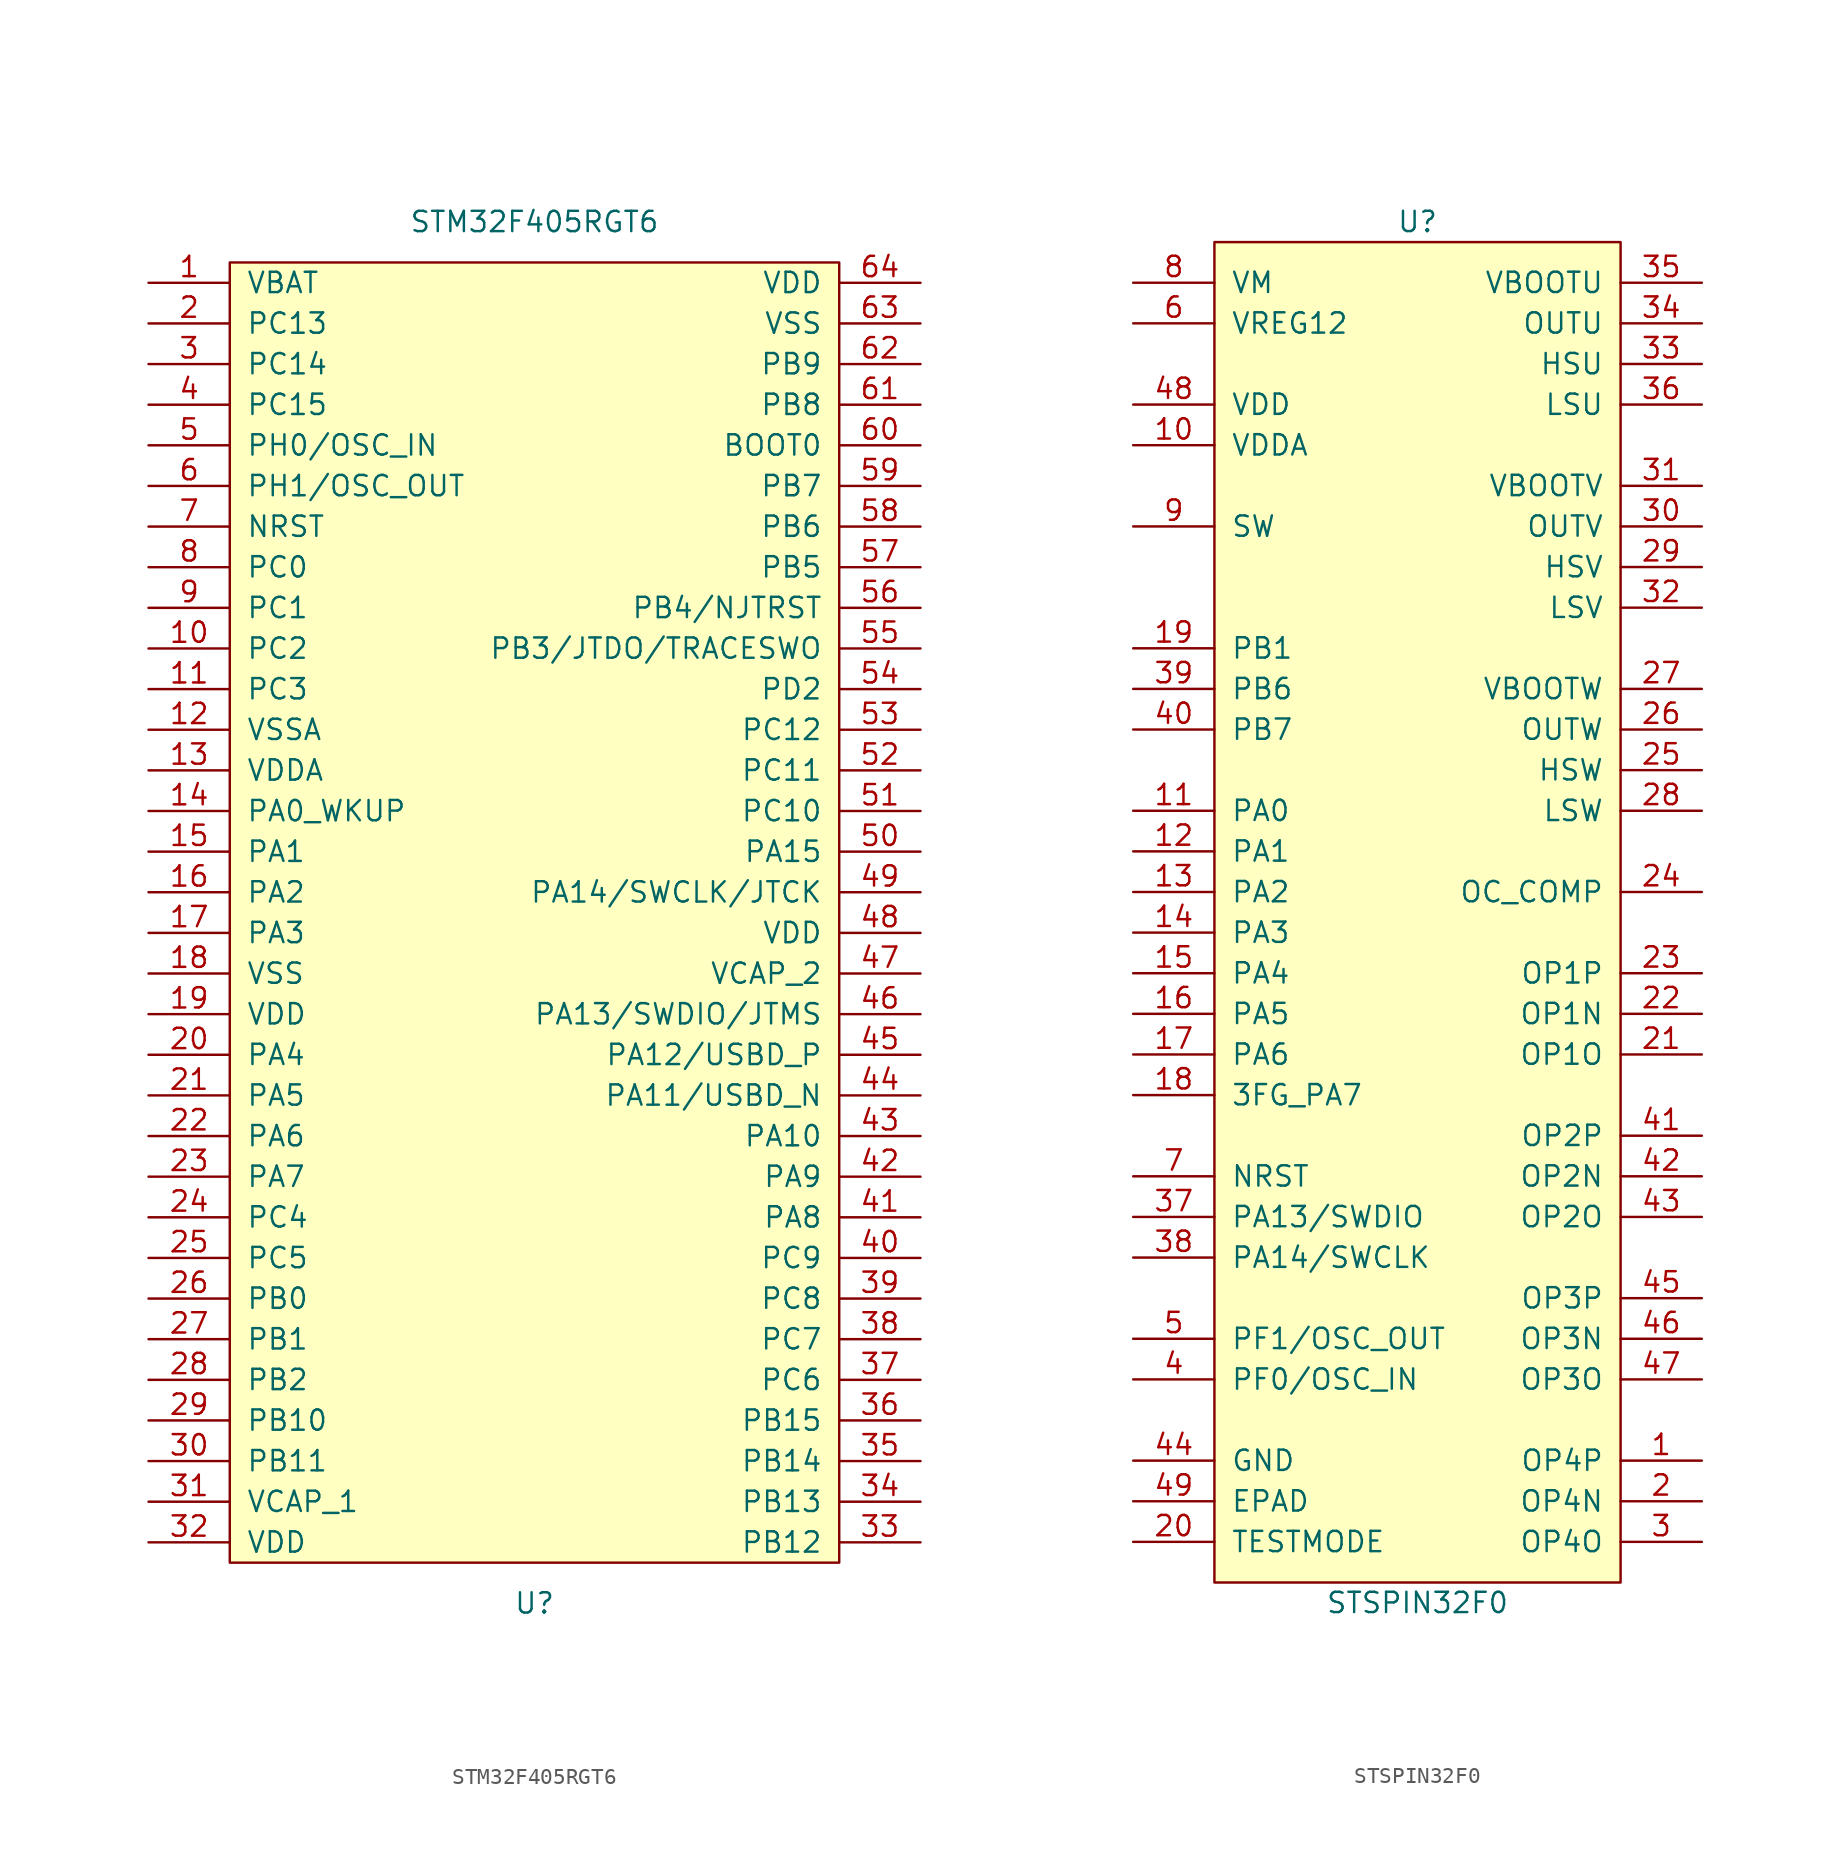
<source format=kicad_sym>
(kicad_symbol_lib
  (version 20211014)
  (generator kicad_symbol_editor)
  (symbol "STM32F405RGT6"
    (pin_names
      (offset 1.016))
    (property "Reference" "U"
      (at 0 -45.72 0)
      (effects (font (size 1.27 1.27))))
    (property "Value" "STM32F405RGT6"
      (at 0 40.64 0)
      (effects (font (size 1.27 1.27))))
    (symbol "STM32F405RGT6_0_1"
      (rectangle (start -19.05 38.1) (end 19.05 -43.18) (stroke (width 0) (type default) (color 0 0 0 0)) (fill (type background))))
    (symbol "STM32F405RGT6_1_1"
      (pin input line (at -24.13 36.83 0) (length 5.08) (name "VBAT" (effects (font (size 1.27 1.27)))) (number "1" (effects (font (size 1.27 1.27)))))
      (pin bidirectional line (at -24.13 13.97 0) (length 5.08) (name "PC2" (effects (font (size 1.27 1.27)))) (number "10" (effects (font (size 1.27 1.27)))))
      (pin bidirectional line (at -24.13 11.43 0) (length 5.08) (name "PC3" (effects (font (size 1.27 1.27)))) (number "11" (effects (font (size 1.27 1.27)))))
      (pin power_in line (at -24.13 8.89 0) (length 5.08) (name "VSSA" (effects (font (size 1.27 1.27)))) (number "12" (effects (font (size 1.27 1.27)))))
      (pin power_in line (at -24.13 6.35 0) (length 5.08) (name "VDDA" (effects (font (size 1.27 1.27)))) (number "13" (effects (font (size 1.27 1.27)))))
      (pin bidirectional line (at -24.13 3.81 0) (length 5.08) (name "PA0_WKUP" (effects (font (size 1.27 1.27)))) (number "14" (effects (font (size 1.27 1.27)))))
      (pin bidirectional line (at -24.13 1.27 0) (length 5.08) (name "PA1" (effects (font (size 1.27 1.27)))) (number "15" (effects (font (size 1.27 1.27)))))
      (pin bidirectional line (at -24.13 -1.27 0) (length 5.08) (name "PA2" (effects (font (size 1.27 1.27)))) (number "16" (effects (font (size 1.27 1.27)))))
      (pin bidirectional line (at -24.13 -3.81 0) (length 5.08) (name "PA3" (effects (font (size 1.27 1.27)))) (number "17" (effects (font (size 1.27 1.27)))))
      (pin power_in line (at -24.13 -6.35 0) (length 5.08) (name "VSS" (effects (font (size 1.27 1.27)))) (number "18" (effects (font (size 1.27 1.27)))))
      (pin power_in line (at -24.13 -8.89 0) (length 5.08) (name "VDD" (effects (font (size 1.27 1.27)))) (number "19" (effects (font (size 1.27 1.27)))))
      (pin bidirectional line (at -24.13 34.29 0) (length 5.08) (name "PC13" (effects (font (size 1.27 1.27)))) (number "2" (effects (font (size 1.27 1.27)))))
      (pin bidirectional line (at -24.13 -11.43 0) (length 5.08) (name "PA4" (effects (font (size 1.27 1.27)))) (number "20" (effects (font (size 1.27 1.27)))))
      (pin bidirectional line (at -24.13 -13.97 0) (length 5.08) (name "PA5" (effects (font (size 1.27 1.27)))) (number "21" (effects (font (size 1.27 1.27)))))
      (pin bidirectional line (at -24.13 -16.51 0) (length 5.08) (name "PA6" (effects (font (size 1.27 1.27)))) (number "22" (effects (font (size 1.27 1.27)))))
      (pin bidirectional line (at -24.13 -19.05 0) (length 5.08) (name "PA7" (effects (font (size 1.27 1.27)))) (number "23" (effects (font (size 1.27 1.27)))))
      (pin bidirectional line (at -24.13 -21.59 0) (length 5.08) (name "PC4" (effects (font (size 1.27 1.27)))) (number "24" (effects (font (size 1.27 1.27)))))
      (pin bidirectional line (at -24.13 -24.13 0) (length 5.08) (name "PC5" (effects (font (size 1.27 1.27)))) (number "25" (effects (font (size 1.27 1.27)))))
      (pin bidirectional line (at -24.13 -26.67 0) (length 5.08) (name "PB0" (effects (font (size 1.27 1.27)))) (number "26" (effects (font (size 1.27 1.27)))))
      (pin bidirectional line (at -24.13 -29.21 0) (length 5.08) (name "PB1" (effects (font (size 1.27 1.27)))) (number "27" (effects (font (size 1.27 1.27)))))
      (pin bidirectional line (at -24.13 -31.75 0) (length 5.08) (name "PB2" (effects (font (size 1.27 1.27)))) (number "28" (effects (font (size 1.27 1.27)))))
      (pin bidirectional line (at -24.13 -34.29 0) (length 5.08) (name "PB10" (effects (font (size 1.27 1.27)))) (number "29" (effects (font (size 1.27 1.27)))))
      (pin bidirectional line (at -24.13 31.75 0) (length 5.08) (name "PC14" (effects (font (size 1.27 1.27)))) (number "3" (effects (font (size 1.27 1.27)))))
      (pin bidirectional line (at -24.13 -36.83 0) (length 5.08) (name "PB11" (effects (font (size 1.27 1.27)))) (number "30" (effects (font (size 1.27 1.27)))))
      (pin input line (at -24.13 -39.37 0) (length 5.08) (name "VCAP_1" (effects (font (size 1.27 1.27)))) (number "31" (effects (font (size 1.27 1.27)))))
      (pin power_in line (at -24.13 -41.91 0) (length 5.08) (name "VDD" (effects (font (size 1.27 1.27)))) (number "32" (effects (font (size 1.27 1.27)))))
      (pin bidirectional line (at 24.13 -41.91 180) (length 5.08) (name "PB12" (effects (font (size 1.27 1.27)))) (number "33" (effects (font (size 1.27 1.27)))))
      (pin bidirectional line (at 24.13 -39.37 180) (length 5.08) (name "PB13" (effects (font (size 1.27 1.27)))) (number "34" (effects (font (size 1.27 1.27)))))
      (pin bidirectional line (at 24.13 -36.83 180) (length 5.08) (name "PB14" (effects (font (size 1.27 1.27)))) (number "35" (effects (font (size 1.27 1.27)))))
      (pin bidirectional line (at 24.13 -34.29 180) (length 5.08) (name "PB15" (effects (font (size 1.27 1.27)))) (number "36" (effects (font (size 1.27 1.27)))))
      (pin bidirectional line (at 24.13 -31.75 180) (length 5.08) (name "PC6" (effects (font (size 1.27 1.27)))) (number "37" (effects (font (size 1.27 1.27)))))
      (pin bidirectional line (at 24.13 -29.21 180) (length 5.08) (name "PC7" (effects (font (size 1.27 1.27)))) (number "38" (effects (font (size 1.27 1.27)))))
      (pin bidirectional line (at 24.13 -26.67 180) (length 5.08) (name "PC8" (effects (font (size 1.27 1.27)))) (number "39" (effects (font (size 1.27 1.27)))))
      (pin bidirectional line (at -24.13 29.21 0) (length 5.08) (name "PC15" (effects (font (size 1.27 1.27)))) (number "4" (effects (font (size 1.27 1.27)))))
      (pin bidirectional line (at 24.13 -24.13 180) (length 5.08) (name "PC9" (effects (font (size 1.27 1.27)))) (number "40" (effects (font (size 1.27 1.27)))))
      (pin bidirectional line (at 24.13 -21.59 180) (length 5.08) (name "PA8" (effects (font (size 1.27 1.27)))) (number "41" (effects (font (size 1.27 1.27)))))
      (pin bidirectional line (at 24.13 -19.05 180) (length 5.08) (name "PA9" (effects (font (size 1.27 1.27)))) (number "42" (effects (font (size 1.27 1.27)))))
      (pin bidirectional line (at 24.13 -16.51 180) (length 5.08) (name "PA10" (effects (font (size 1.27 1.27)))) (number "43" (effects (font (size 1.27 1.27)))))
      (pin bidirectional line (at 24.13 -13.97 180) (length 5.08) (name "PA11/USBD_N" (effects (font (size 1.27 1.27)))) (number "44" (effects (font (size 1.27 1.27)))))
      (pin bidirectional line (at 24.13 -11.43 180) (length 5.08) (name "PA12/USBD_P" (effects (font (size 1.27 1.27)))) (number "45" (effects (font (size 1.27 1.27)))))
      (pin bidirectional line (at 24.13 -8.89 180) (length 5.08) (name "PA13/SWDIO/JTMS" (effects (font (size 1.27 1.27)))) (number "46" (effects (font (size 1.27 1.27)))))
      (pin input line (at 24.13 -6.35 180) (length 5.08) (name "VCAP_2" (effects (font (size 1.27 1.27)))) (number "47" (effects (font (size 1.27 1.27)))))
      (pin power_in line (at 24.13 -3.81 180) (length 5.08) (name "VDD" (effects (font (size 1.27 1.27)))) (number "48" (effects (font (size 1.27 1.27)))))
      (pin input line (at 24.13 -1.27 180) (length 5.08) (name "PA14/SWCLK/JTCK" (effects (font (size 1.27 1.27)))) (number "49" (effects (font (size 1.27 1.27)))))
      (pin input line (at -24.13 26.67 0) (length 5.08) (name "PH0/OSC_IN" (effects (font (size 1.27 1.27)))) (number "5" (effects (font (size 1.27 1.27)))))
      (pin bidirectional line (at 24.13 1.27 180) (length 5.08) (name "PA15" (effects (font (size 1.27 1.27)))) (number "50" (effects (font (size 1.27 1.27)))))
      (pin bidirectional line (at 24.13 3.81 180) (length 5.08) (name "PC10" (effects (font (size 1.27 1.27)))) (number "51" (effects (font (size 1.27 1.27)))))
      (pin bidirectional line (at 24.13 6.35 180) (length 5.08) (name "PC11" (effects (font (size 1.27 1.27)))) (number "52" (effects (font (size 1.27 1.27)))))
      (pin bidirectional line (at 24.13 8.89 180) (length 5.08) (name "PC12" (effects (font (size 1.27 1.27)))) (number "53" (effects (font (size 1.27 1.27)))))
      (pin bidirectional line (at 24.13 11.43 180) (length 5.08) (name "PD2" (effects (font (size 1.27 1.27)))) (number "54" (effects (font (size 1.27 1.27)))))
      (pin bidirectional line (at 24.13 13.97 180) (length 5.08) (name "PB3/JTDO/TRACESWO" (effects (font (size 1.27 1.27)))) (number "55" (effects (font (size 1.27 1.27)))))
      (pin bidirectional line (at 24.13 16.51 180) (length 5.08) (name "PB4/NJTRST" (effects (font (size 1.27 1.27)))) (number "56" (effects (font (size 1.27 1.27)))))
      (pin bidirectional line (at 24.13 19.05 180) (length 5.08) (name "PB5" (effects (font (size 1.27 1.27)))) (number "57" (effects (font (size 1.27 1.27)))))
      (pin bidirectional line (at 24.13 21.59 180) (length 5.08) (name "PB6" (effects (font (size 1.27 1.27)))) (number "58" (effects (font (size 1.27 1.27)))))
      (pin bidirectional line (at 24.13 24.13 180) (length 5.08) (name "PB7" (effects (font (size 1.27 1.27)))) (number "59" (effects (font (size 1.27 1.27)))))
      (pin input line (at -24.13 24.13 0) (length 5.08) (name "PH1/OSC_OUT" (effects (font (size 1.27 1.27)))) (number "6" (effects (font (size 1.27 1.27)))))
      (pin input line (at 24.13 26.67 180) (length 5.08) (name "BOOT0" (effects (font (size 1.27 1.27)))) (number "60" (effects (font (size 1.27 1.27)))))
      (pin bidirectional line (at 24.13 29.21 180) (length 5.08) (name "PB8" (effects (font (size 1.27 1.27)))) (number "61" (effects (font (size 1.27 1.27)))))
      (pin bidirectional line (at 24.13 31.75 180) (length 5.08) (name "PB9" (effects (font (size 1.27 1.27)))) (number "62" (effects (font (size 1.27 1.27)))))
      (pin power_in line (at 24.13 34.29 180) (length 5.08) (name "VSS" (effects (font (size 1.27 1.27)))) (number "63" (effects (font (size 1.27 1.27)))))
      (pin power_in line (at 24.13 36.83 180) (length 5.08) (name "VDD" (effects (font (size 1.27 1.27)))) (number "64" (effects (font (size 1.27 1.27)))))
      (pin input line (at -24.13 21.59 0) (length 5.08) (name "NRST" (effects (font (size 1.27 1.27)))) (number "7" (effects (font (size 1.27 1.27)))))
      (pin bidirectional line (at -24.13 19.05 0) (length 5.08) (name "PC0" (effects (font (size 1.27 1.27)))) (number "8" (effects (font (size 1.27 1.27)))))
      (pin bidirectional line (at -24.13 16.51 0) (length 5.08) (name "PC1" (effects (font (size 1.27 1.27)))) (number "9" (effects (font (size 1.27 1.27)))))))
  (symbol "STSPIN32F0"
    (pin_names
      (offset 1.016))
    (property "Reference" "U"
      (at 12.7 1.27 0)
      (effects (font (size 1.27 1.27))))
    (property "Value" "STSPIN32F0"
      (at 12.7 -85.09 0)
      (effects (font (size 1.27 1.27))))
    (symbol "STSPIN32F0_0_1"
      (rectangle (start 0 0) (end 25.4 -83.82) (stroke (width 0) (type default) (color 0 0 0 0)) (fill (type background))))
    (symbol "STSPIN32F0_1_1"
      (pin input line (at 30.48 -76.2 180) (length 5.08) (name "OP4P" (effects (font (size 1.27 1.27)))) (number "1" (effects (font (size 1.27 1.27)))))
      (pin power_in line (at -5.08 -12.7 0) (length 5.08) (name "VDDA" (effects (font (size 1.27 1.27)))) (number "10" (effects (font (size 1.27 1.27)))))
      (pin bidirectional line (at -5.08 -35.56 0) (length 5.08) (name "PA0" (effects (font (size 1.27 1.27)))) (number "11" (effects (font (size 1.27 1.27)))))
      (pin bidirectional line (at -5.08 -38.1 0) (length 5.08) (name "PA1" (effects (font (size 1.27 1.27)))) (number "12" (effects (font (size 1.27 1.27)))))
      (pin bidirectional line (at -5.08 -40.64 0) (length 5.08) (name "PA2" (effects (font (size 1.27 1.27)))) (number "13" (effects (font (size 1.27 1.27)))))
      (pin bidirectional line (at -5.08 -43.18 0) (length 5.08) (name "PA3" (effects (font (size 1.27 1.27)))) (number "14" (effects (font (size 1.27 1.27)))))
      (pin bidirectional line (at -5.08 -45.72 0) (length 5.08) (name "PA4" (effects (font (size 1.27 1.27)))) (number "15" (effects (font (size 1.27 1.27)))))
      (pin bidirectional line (at -5.08 -48.26 0) (length 5.08) (name "PA5" (effects (font (size 1.27 1.27)))) (number "16" (effects (font (size 1.27 1.27)))))
      (pin bidirectional line (at -5.08 -50.8 0) (length 5.08) (name "PA6" (effects (font (size 1.27 1.27)))) (number "17" (effects (font (size 1.27 1.27)))))
      (pin bidirectional line (at -5.08 -53.34 0) (length 5.08) (name "3FG_PA7" (effects (font (size 1.27 1.27)))) (number "18" (effects (font (size 1.27 1.27)))))
      (pin bidirectional line (at -5.08 -25.4 0) (length 5.08) (name "PB1" (effects (font (size 1.27 1.27)))) (number "19" (effects (font (size 1.27 1.27)))))
      (pin input line (at 30.48 -78.74 180) (length 5.08) (name "OP4N" (effects (font (size 1.27 1.27)))) (number "2" (effects (font (size 1.27 1.27)))))
      (pin input line (at -5.08 -81.28 0) (length 5.08) (name "TESTMODE" (effects (font (size 1.27 1.27)))) (number "20" (effects (font (size 1.27 1.27)))))
      (pin input line (at 30.48 -50.8 180) (length 5.08) (name "OP1O" (effects (font (size 1.27 1.27)))) (number "21" (effects (font (size 1.27 1.27)))))
      (pin input line (at 30.48 -48.26 180) (length 5.08) (name "OP1N" (effects (font (size 1.27 1.27)))) (number "22" (effects (font (size 1.27 1.27)))))
      (pin input line (at 30.48 -45.72 180) (length 5.08) (name "OP1P" (effects (font (size 1.27 1.27)))) (number "23" (effects (font (size 1.27 1.27)))))
      (pin input line (at 30.48 -40.64 180) (length 5.08) (name "OC_COMP" (effects (font (size 1.27 1.27)))) (number "24" (effects (font (size 1.27 1.27)))))
      (pin output line (at 30.48 -33.02 180) (length 5.08) (name "HSW" (effects (font (size 1.27 1.27)))) (number "25" (effects (font (size 1.27 1.27)))))
      (pin passive line (at 30.48 -30.48 180) (length 5.08) (name "OUTW" (effects (font (size 1.27 1.27)))) (number "26" (effects (font (size 1.27 1.27)))))
      (pin passive line (at 30.48 -27.94 180) (length 5.08) (name "VBOOTW" (effects (font (size 1.27 1.27)))) (number "27" (effects (font (size 1.27 1.27)))))
      (pin output line (at 30.48 -35.56 180) (length 5.08) (name "LSW" (effects (font (size 1.27 1.27)))) (number "28" (effects (font (size 1.27 1.27)))))
      (pin output line (at 30.48 -20.32 180) (length 5.08) (name "HSV" (effects (font (size 1.27 1.27)))) (number "29" (effects (font (size 1.27 1.27)))))
      (pin output line (at 30.48 -81.28 180) (length 5.08) (name "OP4O" (effects (font (size 1.27 1.27)))) (number "3" (effects (font (size 1.27 1.27)))))
      (pin passive line (at 30.48 -17.78 180) (length 5.08) (name "OUTV" (effects (font (size 1.27 1.27)))) (number "30" (effects (font (size 1.27 1.27)))))
      (pin passive line (at 30.48 -15.24 180) (length 5.08) (name "VBOOTV" (effects (font (size 1.27 1.27)))) (number "31" (effects (font (size 1.27 1.27)))))
      (pin output line (at 30.48 -22.86 180) (length 5.08) (name "LSV" (effects (font (size 1.27 1.27)))) (number "32" (effects (font (size 1.27 1.27)))))
      (pin output line (at 30.48 -7.62 180) (length 5.08) (name "HSU" (effects (font (size 1.27 1.27)))) (number "33" (effects (font (size 1.27 1.27)))))
      (pin passive line (at 30.48 -5.08 180) (length 5.08) (name "OUTU" (effects (font (size 1.27 1.27)))) (number "34" (effects (font (size 1.27 1.27)))))
      (pin passive line (at 30.48 -2.54 180) (length 5.08) (name "VBOOTU" (effects (font (size 1.27 1.27)))) (number "35" (effects (font (size 1.27 1.27)))))
      (pin output line (at 30.48 -10.16 180) (length 5.08) (name "LSU" (effects (font (size 1.27 1.27)))) (number "36" (effects (font (size 1.27 1.27)))))
      (pin bidirectional line (at -5.08 -60.96 0) (length 5.08) (name "PA13/SWDIO" (effects (font (size 1.27 1.27)))) (number "37" (effects (font (size 1.27 1.27)))))
      (pin bidirectional line (at -5.08 -63.5 0) (length 5.08) (name "PA14/SWCLK" (effects (font (size 1.27 1.27)))) (number "38" (effects (font (size 1.27 1.27)))))
      (pin bidirectional line (at -5.08 -27.94 0) (length 5.08) (name "PB6" (effects (font (size 1.27 1.27)))) (number "39" (effects (font (size 1.27 1.27)))))
      (pin input line (at -5.08 -71.12 0) (length 5.08) (name "PF0/OSC_IN" (effects (font (size 1.27 1.27)))) (number "4" (effects (font (size 1.27 1.27)))))
      (pin bidirectional line (at -5.08 -30.48 0) (length 5.08) (name "PB7" (effects (font (size 1.27 1.27)))) (number "40" (effects (font (size 1.27 1.27)))))
      (pin input line (at 30.48 -55.88 180) (length 5.08) (name "OP2P" (effects (font (size 1.27 1.27)))) (number "41" (effects (font (size 1.27 1.27)))))
      (pin input line (at 30.48 -58.42 180) (length 5.08) (name "OP2N" (effects (font (size 1.27 1.27)))) (number "42" (effects (font (size 1.27 1.27)))))
      (pin output line (at 30.48 -60.96 180) (length 5.08) (name "OP2O" (effects (font (size 1.27 1.27)))) (number "43" (effects (font (size 1.27 1.27)))))
      (pin power_in line (at -5.08 -76.2 0) (length 5.08) (name "GND" (effects (font (size 1.27 1.27)))) (number "44" (effects (font (size 1.27 1.27)))))
      (pin input line (at 30.48 -66.04 180) (length 5.08) (name "OP3P" (effects (font (size 1.27 1.27)))) (number "45" (effects (font (size 1.27 1.27)))))
      (pin input line (at 30.48 -68.58 180) (length 5.08) (name "OP3N" (effects (font (size 1.27 1.27)))) (number "46" (effects (font (size 1.27 1.27)))))
      (pin output line (at 30.48 -71.12 180) (length 5.08) (name "OP3O" (effects (font (size 1.27 1.27)))) (number "47" (effects (font (size 1.27 1.27)))))
      (pin power_in line (at -5.08 -10.16 0) (length 5.08) (name "VDD" (effects (font (size 1.27 1.27)))) (number "48" (effects (font (size 1.27 1.27)))))
      (pin power_in line (at -5.08 -78.74 0) (length 5.08) (name "EPAD" (effects (font (size 1.27 1.27)))) (number "49" (effects (font (size 1.27 1.27)))))
      (pin input line (at -5.08 -68.58 0) (length 5.08) (name "PF1/OSC_OUT" (effects (font (size 1.27 1.27)))) (number "5" (effects (font (size 1.27 1.27)))))
      (pin power_out line (at -5.08 -5.08 0) (length 5.08) (name "VREG12" (effects (font (size 1.27 1.27)))) (number "6" (effects (font (size 1.27 1.27)))))
      (pin input line (at -5.08 -58.42 0) (length 5.08) (name "NRST" (effects (font (size 1.27 1.27)))) (number "7" (effects (font (size 1.27 1.27)))))
      (pin power_in line (at -5.08 -2.54 0) (length 5.08) (name "VM" (effects (font (size 1.27 1.27)))) (number "8" (effects (font (size 1.27 1.27)))))
      (pin passive line (at -5.08 -17.78 0) (length 5.08) (name "SW" (effects (font (size 1.27 1.27)))) (number "9" (effects (font (size 1.27 1.27))))))))
</source>
